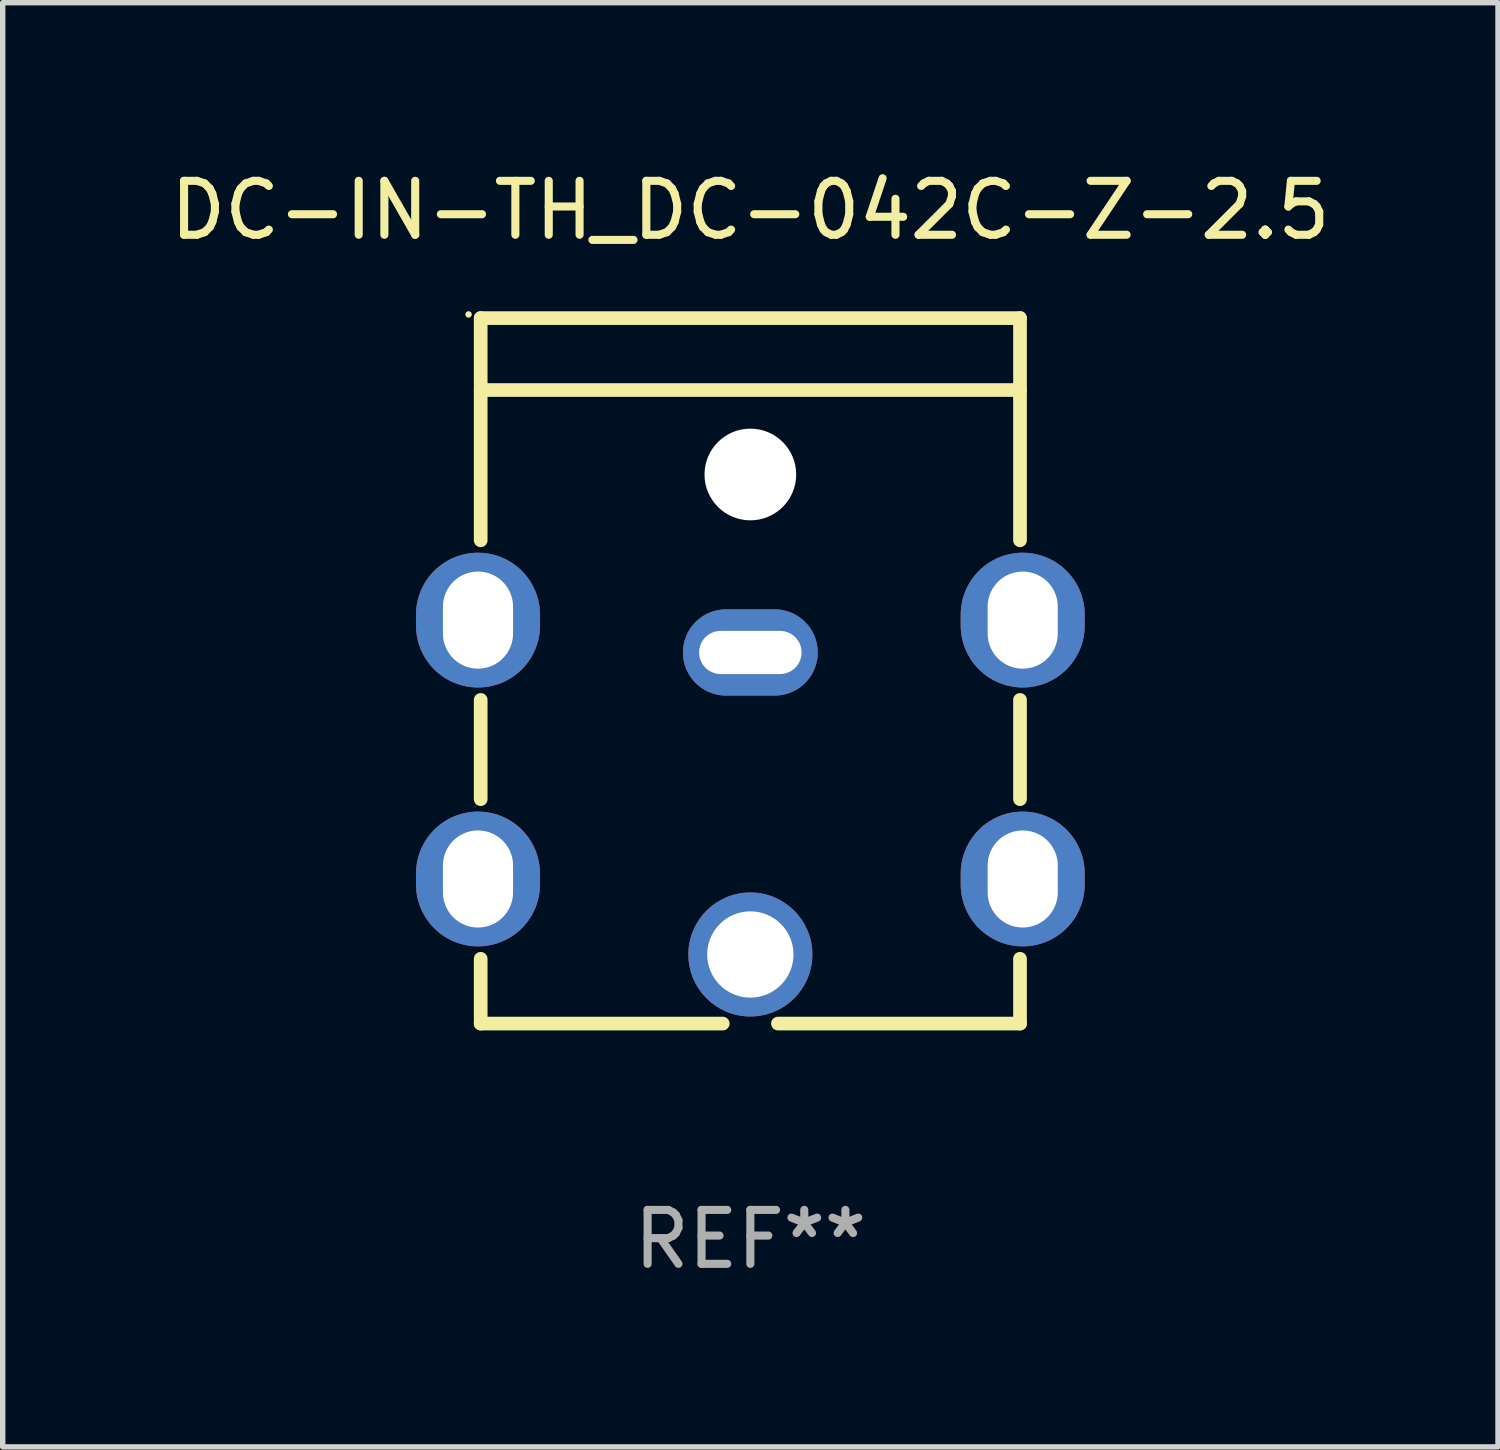
<source format=kicad_pcb>
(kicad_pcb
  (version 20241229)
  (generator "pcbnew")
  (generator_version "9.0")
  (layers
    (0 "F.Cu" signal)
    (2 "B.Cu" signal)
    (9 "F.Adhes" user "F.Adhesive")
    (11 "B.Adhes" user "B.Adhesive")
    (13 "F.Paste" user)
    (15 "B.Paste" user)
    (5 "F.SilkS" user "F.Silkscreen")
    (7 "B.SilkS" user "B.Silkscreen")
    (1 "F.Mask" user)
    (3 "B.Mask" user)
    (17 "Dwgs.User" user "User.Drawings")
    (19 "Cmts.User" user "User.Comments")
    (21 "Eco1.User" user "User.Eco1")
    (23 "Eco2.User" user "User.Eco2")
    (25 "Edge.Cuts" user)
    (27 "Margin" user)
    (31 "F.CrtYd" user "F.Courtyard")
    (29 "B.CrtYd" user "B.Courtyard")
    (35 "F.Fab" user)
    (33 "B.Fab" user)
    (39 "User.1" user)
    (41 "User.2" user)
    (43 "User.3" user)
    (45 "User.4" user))
  (footprint "DC-IN-TH_DC-042C-Z-2.5"
    (layer "F.Cu")
    (at 10.863 11.548)
    (property "Reference" "DC-IN-TH_DC-042C-Z-2.5" (at 0 -10.7 0) (layer "F.SilkS") (effects (font (size 1 1) (thickness 0.15))))
    (attr through_hole)
    (fp_line (start -5 -8.7) (end -5 -4.58) (stroke (width 0.254) (type solid)) (layer "F.SilkS"))
    (fp_line (start -5 -8.7) (end 5 -8.7) (stroke (width 0.254) (type solid)) (layer "F.SilkS"))
    (fp_line (start -5 -7.366) (end 5 -7.366) (stroke (width 0.254) (type solid)) (layer "F.SilkS"))
    (fp_line (start -5 -1.62) (end -5 0.22) (stroke (width 0.254) (type solid)) (layer "F.SilkS"))
    (fp_line (start -5 3.18) (end -5 4.381) (stroke (width 0.254) (type solid)) (layer "F.SilkS"))
    (fp_line (start -5 4.381) (end -0.512 4.381) (stroke (width 0.254) (type solid)) (layer "F.SilkS"))
    (fp_line (start 5 -8.7) (end 5 -4.58) (stroke (width 0.254) (type solid)) (layer "F.SilkS"))
    (fp_line (start 5 -1.62) (end 5 0.22) (stroke (width 0.254) (type solid)) (layer "F.SilkS"))
    (fp_line (start 5 3.18) (end 5 4.381) (stroke (width 0.254) (type solid)) (layer "F.SilkS"))
    (fp_line (start 5 4.381) (end 0.512 4.381) (stroke (width 0.254) (type solid)) (layer "F.SilkS"))
    (fp_circle (center -5.225 -8.768) (end -5.195 -8.768) (stroke (width 0.06) (type solid)) (fill no) (layer "F.SilkS"))
    (fp_circle (center 0 -5.8) (end 0.4 -5.8) (stroke (width 0.8) (type solid)) (fill no) (layer "F.Fab"))
    (fp_text user "REF**" (at 0 8.381 0) (layer "F.Fab") (effects (font (size 1 1) (thickness 0.15))))
    (pad "" np_thru_hole circle (at 0 -5.8) (size 1.7 1.7) (drill 1.7) (layers "*.Cu" "*.Mask"))
    (pad "2" thru_hole oval (at -5.05 -3.1) (size 2.3 2.5) (drill oval 1.3 1.8) (layers "*.Cu" "*.Mask"))
    (pad "2" thru_hole oval (at -5.05 1.7) (size 2.3 2.5) (drill oval 1.3 1.8) (layers "*.Cu" "*.Mask"))
    (pad "2" thru_hole oval (at 5.05 -3.1) (size 2.3 2.5) (drill oval 1.3 1.8) (layers "*.Cu" "*.Mask"))
    (pad "2" thru_hole oval (at 5.05 1.7) (size 2.3 2.5) (drill oval 1.3 1.8) (layers "*.Cu" "*.Mask"))
    (pad "3" thru_hole oval (at 0 -2.5) (size 2.5 1.6) (drill oval 1.9 0.8) (layers "*.Cu" "*.Mask"))
    (pad "4" thru_hole circle (at 0 3.1) (size 2.3 2.3) (drill 1.6) (layers "*.Cu" "*.Mask")))
  (gr_rect
    (start -3 -3)
    (end 24.726 23.778)
    (stroke (width 0.1) (type default))
    (fill no)
    (layer "Edge.Cuts")))
</source>
